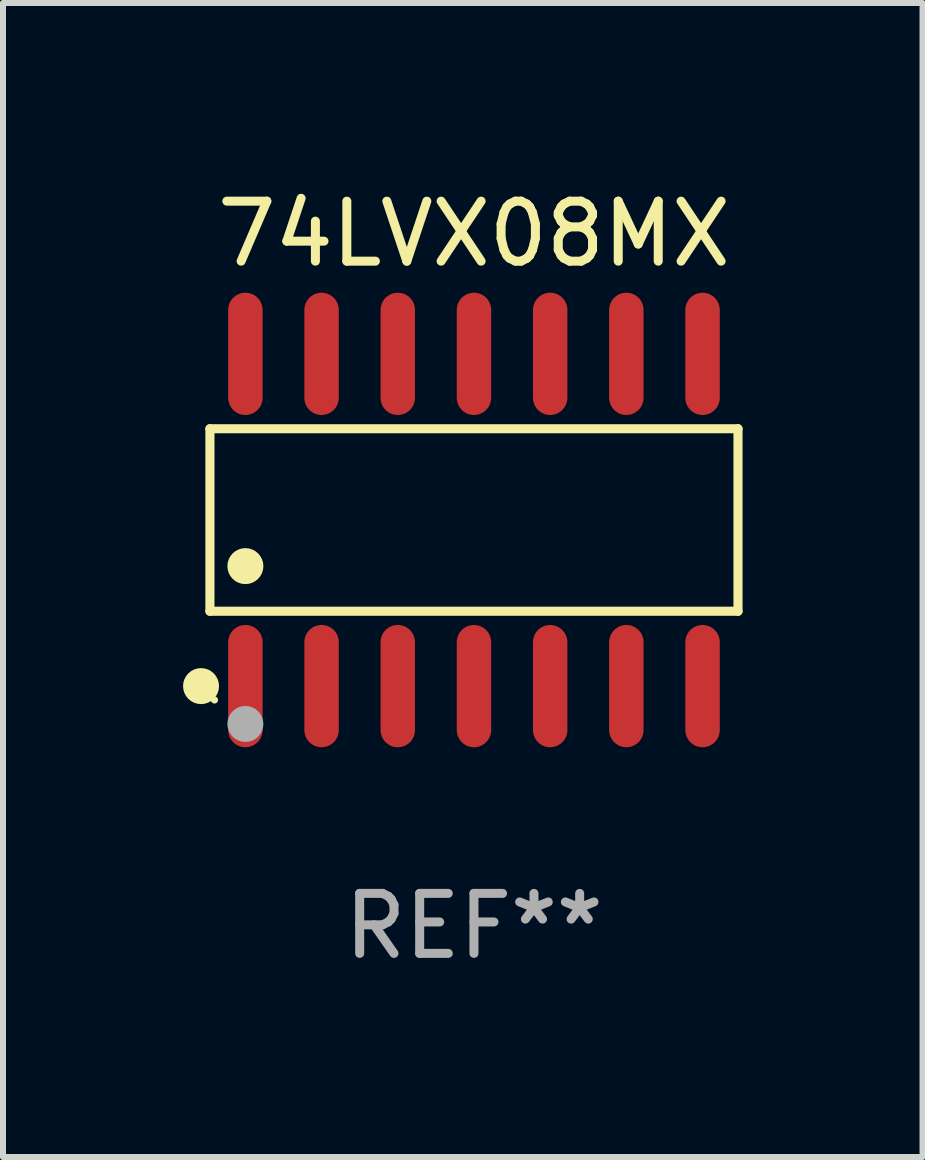
<source format=kicad_pcb>
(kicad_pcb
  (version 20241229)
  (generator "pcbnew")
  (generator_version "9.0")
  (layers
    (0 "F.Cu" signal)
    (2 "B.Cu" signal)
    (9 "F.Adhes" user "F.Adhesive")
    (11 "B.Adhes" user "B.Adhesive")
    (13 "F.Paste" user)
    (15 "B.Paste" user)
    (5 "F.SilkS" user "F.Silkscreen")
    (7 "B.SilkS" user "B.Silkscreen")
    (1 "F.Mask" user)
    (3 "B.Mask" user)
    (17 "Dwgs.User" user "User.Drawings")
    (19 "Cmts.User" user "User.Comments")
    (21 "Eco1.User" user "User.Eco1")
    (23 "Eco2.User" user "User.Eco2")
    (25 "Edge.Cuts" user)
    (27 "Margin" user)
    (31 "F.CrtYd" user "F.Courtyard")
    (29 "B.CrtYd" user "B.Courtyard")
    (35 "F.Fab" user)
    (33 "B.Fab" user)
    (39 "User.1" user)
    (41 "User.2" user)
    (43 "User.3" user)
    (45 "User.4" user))
  (footprint "74LVX08MX"
    (layer "F.Cu")
    (at 4.85 5.617)
    (property "Reference" "74LVX08MX" (at 0 -4.769 0) (layer "F.SilkS") (effects (font (size 1 1) (thickness 0.15))))
    (attr through_hole)
    (fp_line (start -4.401 -1.521) (end 4.401 -1.521) (stroke (width 0.152) (type solid)) (layer "F.SilkS"))
    (fp_line (start -4.401 1.521) (end -4.401 -1.521) (stroke (width 0.152) (type solid)) (layer "F.SilkS"))
    (fp_line (start 4.401 -1.521) (end 4.401 1.521) (stroke (width 0.152) (type solid)) (layer "F.SilkS"))
    (fp_line (start 4.401 1.521) (end -4.401 1.521) (stroke (width 0.152) (type solid)) (layer "F.SilkS"))
    (fp_circle (center -4.549 2.769) (end -4.399 2.769) (stroke (width 0.3) (type solid)) (fill no) (layer "F.SilkS"))
    (fp_circle (center -4.325 3) (end -4.295 3) (stroke (width 0.06) (type solid)) (fill no) (layer "F.SilkS"))
    (fp_circle (center -3.81 0.769) (end -3.66 0.769) (stroke (width 0.3) (type solid)) (fill no) (layer "F.SilkS"))
    (fp_circle (center -3.81 3.4) (end -3.66 3.4) (stroke (width 0.3) (type solid)) (fill no) (layer "F.Fab"))
    (fp_text user "REF**" (at 0 6.769 0) (layer "F.Fab") (effects (font (size 1 1) (thickness 0.15))))
    (pad "1" smd oval (at -3.81 2.769) (size 0.574 2.038) (layers "F.Cu" "F.Mask" "F.Paste"))
    (pad "2" smd oval (at -2.54 2.769) (size 0.574 2.038) (layers "F.Cu" "F.Mask" "F.Paste"))
    (pad "3" smd oval (at -1.27 2.769) (size 0.574 2.038) (layers "F.Cu" "F.Mask" "F.Paste"))
    (pad "4" smd oval (at 0 2.769) (size 0.574 2.038) (layers "F.Cu" "F.Mask" "F.Paste"))
    (pad "5" smd oval (at 1.27 2.769) (size 0.574 2.038) (layers "F.Cu" "F.Mask" "F.Paste"))
    (pad "6" smd oval (at 2.54 2.769) (size 0.574 2.038) (layers "F.Cu" "F.Mask" "F.Paste"))
    (pad "7" smd oval (at 3.81 2.769) (size 0.574 2.038) (layers "F.Cu" "F.Mask" "F.Paste"))
    (pad "8" smd oval (at 3.81 -2.769) (size 0.574 2.038) (layers "F.Cu" "F.Mask" "F.Paste"))
    (pad "9" smd oval (at 2.54 -2.769) (size 0.574 2.038) (layers "F.Cu" "F.Mask" "F.Paste"))
    (pad "10" smd oval (at 1.27 -2.769) (size 0.574 2.038) (layers "F.Cu" "F.Mask" "F.Paste"))
    (pad "11" smd oval (at 0 -2.769) (size 0.574 2.038) (layers "F.Cu" "F.Mask" "F.Paste"))
    (pad "12" smd oval (at -1.27 -2.769) (size 0.574 2.038) (layers "F.Cu" "F.Mask" "F.Paste"))
    (pad "13" smd oval (at -2.54 -2.769) (size 0.574 2.038) (layers "F.Cu" "F.Mask" "F.Paste"))
    (pad "14" smd oval (at -3.81 -2.769) (size 0.574 2.038) (layers "F.Cu" "F.Mask" "F.Paste")))
  (gr_rect
    (start -3 -3)
    (end 12.327 16.235)
    (stroke (width 0.1) (type default))
    (fill no)
    (layer "Edge.Cuts")))
</source>
